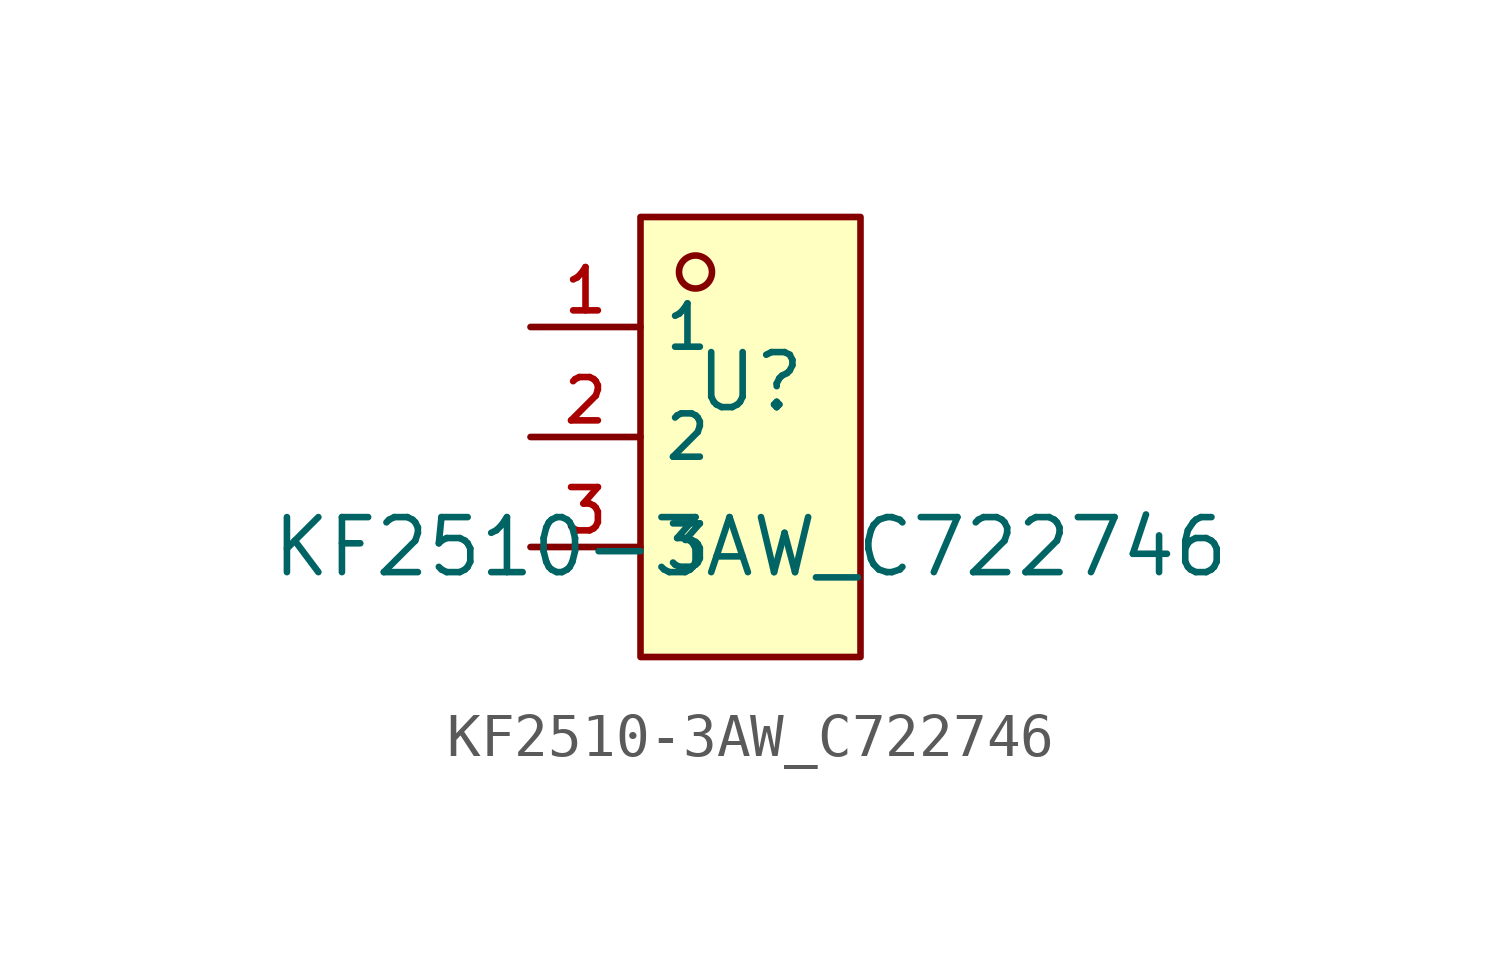
<source format=kicad_sym>
(kicad_symbol_lib
  (version 20210201)
  (generator TousstNicolas/JLC2KiCad_lib)
  (symbol "KF2510-3AW_C722746"
    (property "Reference" "U"
      (at 0 1.27 0)
      (effects (font (size 1.27 1.27))))
    (property "Value" "KF2510-3AW_C722746"
      (at 0 -2.54 0)
      (effects (font (size 1.27 1.27))))
    (symbol "KF2510-3AW_C722746_0_1"
      (rectangle (start -2.54 5.08) (end 2.54 -5.08) (stroke (width 0) (type default) (color 0 0 0 0)) (fill (type background)))
      (circle (center -1.27 3.81) (radius 0.381) (stroke (width 0) (type default) (color 0 0 0 0)) (fill (type background)))
      (pin unspecified line (at -5.08 2.54 0) (length 2.54) (name "1" (effects (font (size 1 1)))) (number "1" (effects (font (size 1 1)))))
      (pin unspecified line (at -5.08 -0.0 0) (length 2.54) (name "2" (effects (font (size 1 1)))) (number "2" (effects (font (size 1 1)))))
      (pin unspecified line (at -5.08 -2.54 0) (length 2.54) (name "3" (effects (font (size 1 1)))) (number "3" (effects (font (size 1 1))))))))
</source>
